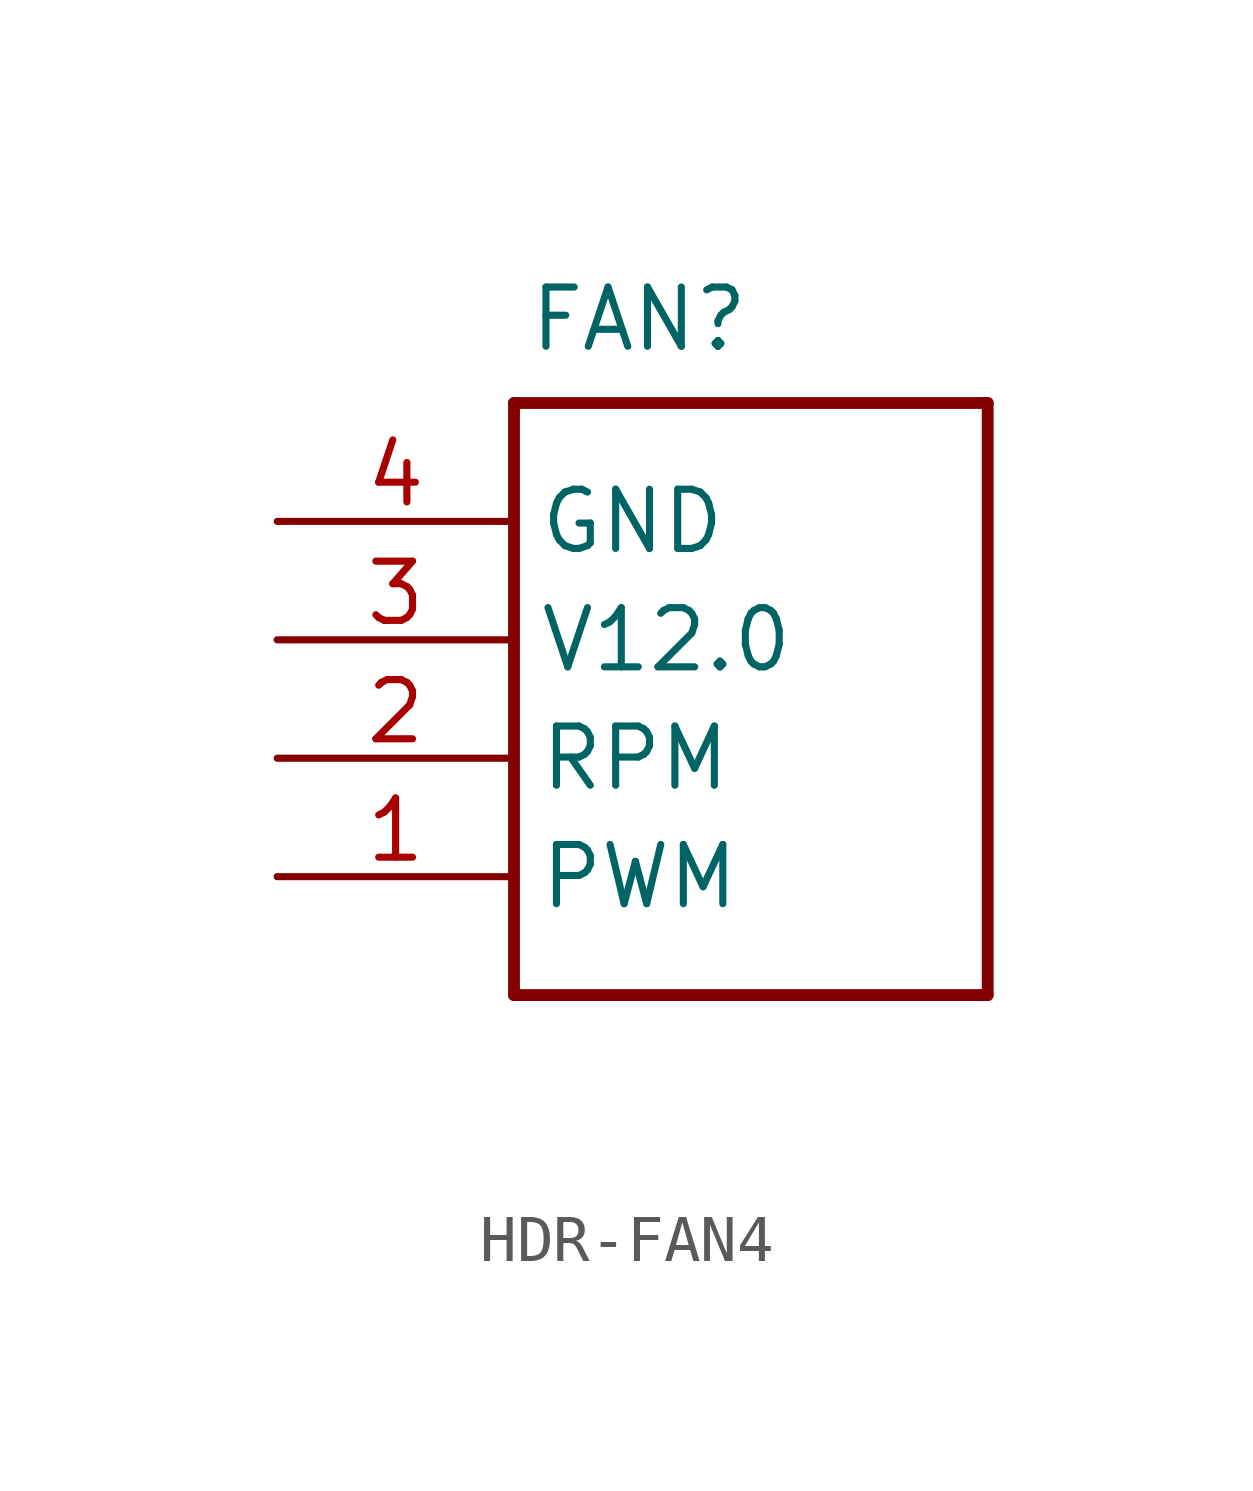
<source format=kicad_sym>
(kicad_symbol_lib
  (version 20220914)
  (generator kicad_symbol_editor)
  (symbol "HDR-FAN4"
    (property "Reference" "FAN"
      (at 5.08 7.62 0)
      (effects (font (size 1.27 1.27)) (justify right top)))
    (property "Value" ""
      (at 0 -10.16 0)
      (effects (font (size 1.27 1.27)) (justify left bottom)))
    (property "ki_locked" ""
      (at 0 0 0)
      (effects (font (size 1.27 1.27))))
    (symbol "HDR-FAN4_1_0"
      (polyline (pts (xy 0 -7.62) (xy 0 5.08)) (stroke (width 0.254) (type solid)) (fill (type none)))
      (polyline (pts (xy 0 5.08) (xy 10.16 5.08)) (stroke (width 0.254) (type solid)) (fill (type none)))
      (polyline (pts (xy 10.16 -7.62) (xy 0 -7.62)) (stroke (width 0.254) (type solid)) (fill (type none)))
      (polyline (pts (xy 10.16 5.08) (xy 10.16 -7.62)) (stroke (width 0.254) (type solid)) (fill (type none)))
      (pin bidirectional line (at -5.08 -5.08 0) (length 5.08) (name "PWM" (effects (font (size 1.27 1.27)))) (number "1" (effects (font (size 1.27 1.27)))))
      (pin bidirectional line (at -5.08 -2.54 0) (length 5.08) (name "RPM" (effects (font (size 1.27 1.27)))) (number "2" (effects (font (size 1.27 1.27)))))
      (pin bidirectional line (at -5.08 0 0) (length 5.08) (name "V12.0" (effects (font (size 1.27 1.27)))) (number "3" (effects (font (size 1.27 1.27)))))
      (pin bidirectional line (at -5.08 2.54 0) (length 5.08) (name "GND" (effects (font (size 1.27 1.27)))) (number "4" (effects (font (size 1.27 1.27))))))))
</source>
